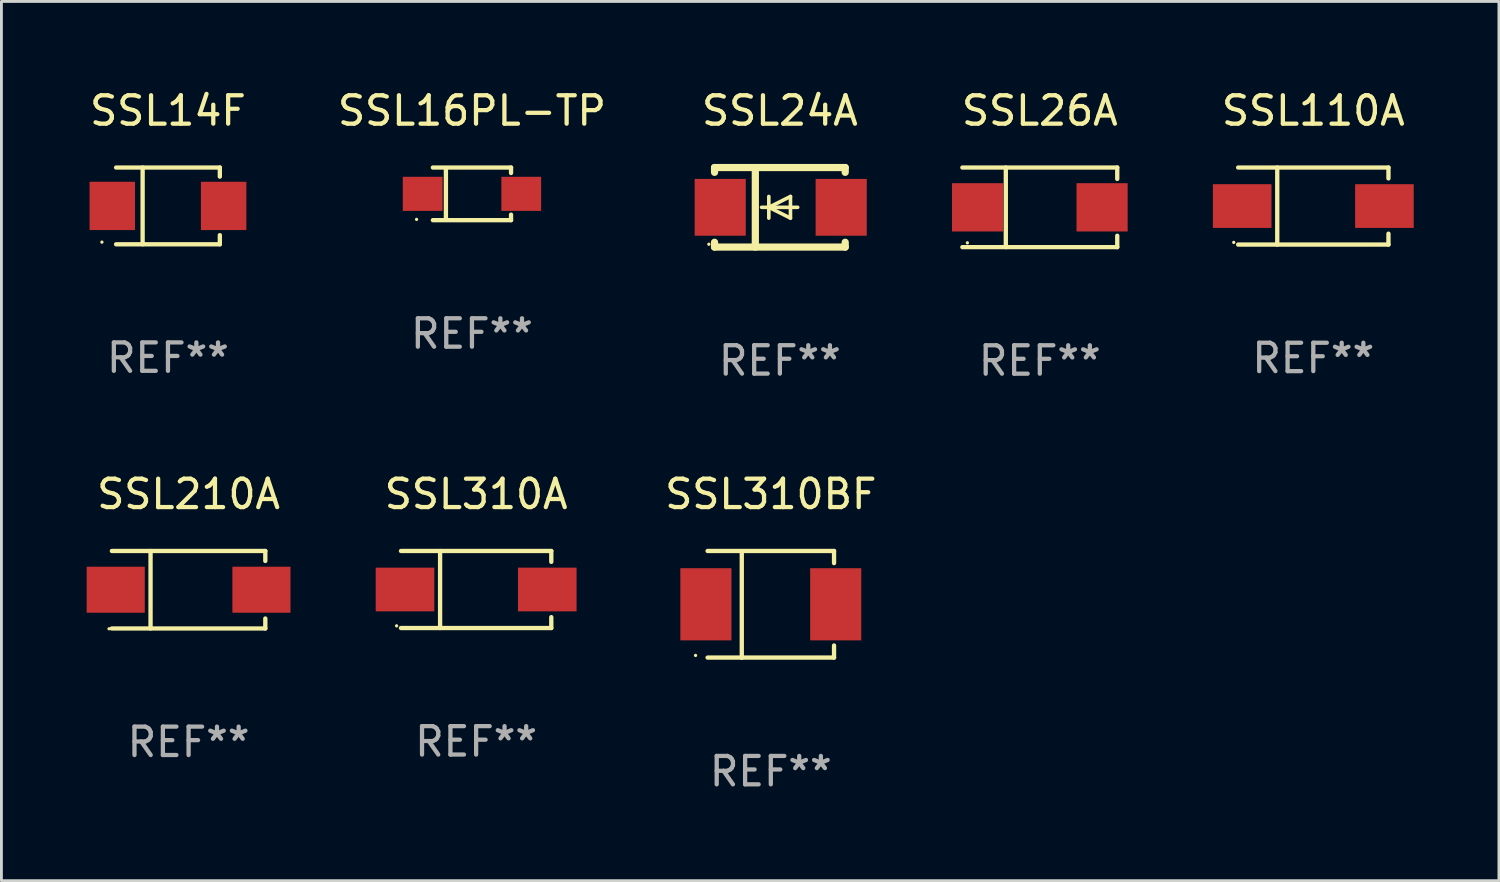
<source format=kicad_pcb>
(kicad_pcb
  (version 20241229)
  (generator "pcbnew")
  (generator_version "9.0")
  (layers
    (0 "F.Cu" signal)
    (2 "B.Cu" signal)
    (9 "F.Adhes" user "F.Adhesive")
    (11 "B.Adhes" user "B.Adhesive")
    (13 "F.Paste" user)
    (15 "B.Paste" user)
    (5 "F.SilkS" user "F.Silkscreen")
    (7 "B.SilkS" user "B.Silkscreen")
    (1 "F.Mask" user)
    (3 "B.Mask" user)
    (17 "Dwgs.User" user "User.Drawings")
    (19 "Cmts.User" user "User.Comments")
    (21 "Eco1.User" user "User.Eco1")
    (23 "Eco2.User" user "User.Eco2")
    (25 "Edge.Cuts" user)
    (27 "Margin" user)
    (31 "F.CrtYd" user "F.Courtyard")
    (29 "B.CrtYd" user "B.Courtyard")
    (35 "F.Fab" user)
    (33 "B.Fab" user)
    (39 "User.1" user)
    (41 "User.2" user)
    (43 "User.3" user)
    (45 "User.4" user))
  (footprint "SSL110A"
    (layer "F.Cu")
    (at 43.184 4.204)
    (property "Reference" "SSL110A" (at 0 -3.356 0) (layer "F.SilkS") (effects (font (size 1 1) (thickness 0.15))))
    (attr through_hole)
    (fp_line (start -2.646 -1.356) (end 2.646 -1.356) (stroke (width 0.152) (type solid)) (layer "F.SilkS"))
    (fp_line (start -2.646 1.356) (end 2.646 1.356) (stroke (width 0.152) (type solid)) (layer "F.SilkS"))
    (fp_line (start -1.269 -1.356) (end -1.269 1.356) (stroke (width 0.152) (type solid)) (layer "F.SilkS"))
    (fp_line (start 2.646 -1.356) (end 2.646 -0.973) (stroke (width 0.152) (type solid)) (layer "F.SilkS"))
    (fp_line (start 2.646 1.356) (end 2.646 0.973) (stroke (width 0.152) (type solid)) (layer "F.SilkS"))
    (fp_circle (center -2.8 1.28) (end -2.77 1.28) (stroke (width 0.06) (type solid)) (fill no) (layer "F.SilkS"))
    (fp_text user "REF**" (at 0 5.356 0) (layer "F.Fab") (effects (font (size 1 1) (thickness 0.15))))
    (pad "1" smd rect (at 2.504 0) (size 2.063 1.539) (layers "F.Cu" "F.Mask" "F.Paste"))
    (pad "2" smd rect (at -2.504 0) (size 2.063 1.539) (layers "F.Cu" "F.Mask" "F.Paste")))
  (footprint "SSL26A"
    (layer "F.Cu")
    (at 33.556 4.249)
    (property "Reference" "SSL26A" (at 0 -3.401 0) (layer "F.SilkS") (effects (font (size 1 1) (thickness 0.15))))
    (attr through_hole)
    (fp_line (start -2.726 -1.401) (end 2.726 -1.401) (stroke (width 0.152) (type solid)) (layer "F.SilkS"))
    (fp_line (start -2.726 1.401) (end 2.726 1.401) (stroke (width 0.152) (type solid)) (layer "F.SilkS"))
    (fp_line (start -1.197 -1.401) (end -1.197 1.401) (stroke (width 0.152) (type solid)) (layer "F.SilkS"))
    (fp_line (start 2.726 -1.401) (end 2.726 -1) (stroke (width 0.152) (type solid)) (layer "F.SilkS"))
    (fp_line (start 2.726 1.401) (end 2.726 1) (stroke (width 0.152) (type solid)) (layer "F.SilkS"))
    (fp_circle (center -2.55 1.25) (end -2.52 1.25) (stroke (width 0.06) (type solid)) (fill no) (layer "F.SilkS"))
    (fp_text user "REF**" (at 0 5.401 0) (layer "F.Fab") (effects (font (size 1 1) (thickness 0.15))))
    (pad "1" smd rect (at -2.192 0) (size 1.8 1.7) (layers "F.Cu" "F.Mask" "F.Paste"))
    (pad "2" smd rect (at 2.192 0) (size 1.8 1.7) (layers "F.Cu" "F.Mask" "F.Paste")))
  (footprint "SSL16PL-TP"
    (layer "F.Cu")
    (at 13.565 3.774)
    (property "Reference" "SSL16PL-TP" (at 0 -2.926 0) (layer "F.SilkS") (effects (font (size 1 1) (thickness 0.15))))
    (attr through_hole)
    (fp_line (start -1.376 -0.926) (end 1.376 -0.926) (stroke (width 0.152) (type solid)) (layer "F.SilkS"))
    (fp_line (start -1.376 0.926) (end 1.376 0.926) (stroke (width 0.152) (type solid)) (layer "F.SilkS"))
    (fp_line (start -0.917 -0.876) (end -0.917 0.876) (stroke (width 0.152) (type solid)) (layer "F.SilkS"))
    (fp_line (start 1.376 -0.926) (end 1.376 -0.733) (stroke (width 0.152) (type solid)) (layer "F.SilkS"))
    (fp_line (start 1.376 0.926) (end 1.376 0.733) (stroke (width 0.152) (type solid)) (layer "F.SilkS"))
    (fp_circle (center -1.95 0.9) (end -1.92 0.9) (stroke (width 0.06) (type solid)) (fill no) (layer "F.SilkS"))
    (fp_text user "REF**" (at 0 4.926 0) (layer "F.Fab") (effects (font (size 1 1) (thickness 0.15))))
    (pad "1" smd rect (at -1.735 0) (size 1.4 1.2) (layers "F.Cu" "F.Mask" "F.Paste"))
    (pad "2" smd rect (at 1.735 0) (size 1.4 1.2) (layers "F.Cu" "F.Mask" "F.Paste")))
  (footprint "SSL310A"
    (layer "F.Cu")
    (at 13.712 17.703)
    (property "Reference" "SSL310A" (at 0 -3.356 0) (layer "F.SilkS") (effects (font (size 1 1) (thickness 0.15))))
    (attr through_hole)
    (fp_line (start -2.646 -1.356) (end 2.646 -1.356) (stroke (width 0.152) (type solid)) (layer "F.SilkS"))
    (fp_line (start -2.646 1.356) (end 2.646 1.356) (stroke (width 0.152) (type solid)) (layer "F.SilkS"))
    (fp_line (start -1.269 -1.356) (end -1.269 1.356) (stroke (width 0.152) (type solid)) (layer "F.SilkS"))
    (fp_line (start 2.646 -1.356) (end 2.646 -0.973) (stroke (width 0.152) (type solid)) (layer "F.SilkS"))
    (fp_line (start 2.646 1.356) (end 2.646 0.973) (stroke (width 0.152) (type solid)) (layer "F.SilkS"))
    (fp_circle (center -2.8 1.28) (end -2.77 1.28) (stroke (width 0.06) (type solid)) (fill no) (layer "F.SilkS"))
    (fp_text user "REF**" (at 0 5.356 0) (layer "F.Fab") (effects (font (size 1 1) (thickness 0.15))))
    (pad "1" smd rect (at 2.504 0) (size 2.063 1.539) (layers "F.Cu" "F.Mask" "F.Paste"))
    (pad "2" smd rect (at -2.504 0) (size 2.063 1.539) (layers "F.Cu" "F.Mask" "F.Paste")))
  (footprint "SSL14F"
    (layer "F.Cu")
    (at 2.863 4.199)
    (property "Reference" "SSL14F" (at 0 -3.351 0) (layer "F.SilkS") (effects (font (size 1 1) (thickness 0.15))))
    (attr through_hole)
    (fp_line (start -1.826 -1.351) (end 1.826 -1.351) (stroke (width 0.152) (type solid)) (layer "F.SilkS"))
    (fp_line (start -1.826 1.351) (end 1.826 1.351) (stroke (width 0.152) (type solid)) (layer "F.SilkS"))
    (fp_line (start -0.892 -1.351) (end -0.892 1.351) (stroke (width 0.152) (type solid)) (layer "F.SilkS"))
    (fp_line (start 1.826 -1.351) (end 1.826 -1.03) (stroke (width 0.152) (type solid)) (layer "F.SilkS"))
    (fp_line (start 1.826 1.03) (end 1.826 1.351) (stroke (width 0.152) (type solid)) (layer "F.SilkS"))
    (fp_circle (center -2.325 1.275) (end -2.295 1.275) (stroke (width 0.06) (type solid)) (fill no) (layer "F.SilkS"))
    (fp_text user "REF**" (at 0 5.351 0) (layer "F.Fab") (effects (font (size 1 1) (thickness 0.15))))
    (pad "1" smd rect (at -1.96 0 180) (size 1.6 1.7) (layers "F.Cu" "F.Mask" "F.Paste"))
    (pad "2" smd rect (at 1.96 0 180) (size 1.6 1.7) (layers "F.Cu" "F.Mask" "F.Paste")))
  (footprint "SSL310BF"
    (layer "F.Cu")
    (at 24.086 18.227)
    (property "Reference" "SSL310BF" (at 0 -3.88 0) (layer "F.SilkS") (effects (font (size 1 1) (thickness 0.15))))
    (attr through_hole)
    (fp_line (start -2.226 -1.88) (end 2.226 -1.88) (stroke (width 0.152) (type solid)) (layer "F.SilkS"))
    (fp_line (start -2.226 1.873) (end 2.226 1.873) (stroke (width 0.152) (type solid)) (layer "F.SilkS"))
    (fp_line (start -1.022 -1.873) (end -1.022 1.88) (stroke (width 0.152) (type solid)) (layer "F.SilkS"))
    (fp_line (start 2.226 -1.88) (end 2.226 -1.453) (stroke (width 0.152) (type solid)) (layer "F.SilkS"))
    (fp_line (start 2.226 1.447) (end 2.226 1.873) (stroke (width 0.152) (type solid)) (layer "F.SilkS"))
    (fp_circle (center -2.65 1.797) (end -2.62 1.797) (stroke (width 0.06) (type solid)) (fill no) (layer "F.SilkS"))
    (fp_text user "REF**" (at 0 5.88 0) (layer "F.Fab") (effects (font (size 1 1) (thickness 0.15))))
    (pad "1" smd rect (at -2.285 -0.003) (size 1.8 2.54) (layers "F.Cu" "F.Mask" "F.Paste"))
    (pad "2" smd rect (at 2.285 -0.003) (size 1.8 2.54) (layers "F.Cu" "F.Mask" "F.Paste")))
  (footprint "SSL24A"
    (layer "F.Cu")
    (at 24.405 4.248)
    (property "Reference" "SSL24A" (at 0 -3.4 0) (layer "F.SilkS") (effects (font (size 1 1) (thickness 0.15))))
    (attr through_hole)
    (fp_line (start -2.3 -1.4) (end -2.3 -1.231) (stroke (width 0.254) (type solid)) (layer "F.SilkS"))
    (fp_line (start -2.3 -1.4) (end 2.3 -1.4) (stroke (width 0.254) (type solid)) (layer "F.SilkS"))
    (fp_line (start -2.3 1.231) (end -2.3 1.4) (stroke (width 0.254) (type solid)) (layer "F.SilkS"))
    (fp_line (start -2.3 1.4) (end 2.3 1.4) (stroke (width 0.254) (type solid)) (layer "F.SilkS"))
    (fp_line (start -0.864 1.4) (end -0.864 -1.4) (stroke (width 0.254) (type solid)) (layer "F.SilkS"))
    (fp_line (start -0.389 0) (end -0.389 -0.381) (stroke (width 0.127) (type solid)) (layer "F.SilkS"))
    (fp_line (start -0.389 0) (end -0.389 0.381) (stroke (width 0.127) (type solid)) (layer "F.SilkS"))
    (fp_line (start 0.373 -0.381) (end -0.389 0) (stroke (width 0.127) (type solid)) (layer "F.SilkS"))
    (fp_line (start 0.373 0) (end 0.373 -0.381) (stroke (width 0.127) (type solid)) (layer "F.SilkS"))
    (fp_line (start 0.373 0) (end 0.373 0.381) (stroke (width 0.127) (type solid)) (layer "F.SilkS"))
    (fp_line (start 0.373 0.381) (end -0.389 0) (stroke (width 0.127) (type solid)) (layer "F.SilkS"))
    (fp_line (start 0.627 0) (end -0.643 0) (stroke (width 0.127) (type solid)) (layer "F.SilkS"))
    (fp_line (start 2.3 -1.4) (end 2.3 -1.231) (stroke (width 0.254) (type solid)) (layer "F.SilkS"))
    (fp_line (start 2.3 1.231) (end 2.3 1.4) (stroke (width 0.254) (type solid)) (layer "F.SilkS"))
    (fp_circle (center -2.5 1.3) (end -2.47 1.3) (stroke (width 0.06) (type solid)) (fill no) (layer "F.SilkS"))
    (fp_text user "REF**" (at 0 5.4 0) (layer "F.Fab") (effects (font (size 1 1) (thickness 0.15))))
    (pad "1" smd rect (at -2.1 0 180) (size 1.8 2) (layers "F.Cu" "F.Mask" "F.Paste"))
    (pad "2" smd rect (at 2.159 0 180) (size 1.8 2) (layers "F.Cu" "F.Mask" "F.Paste")))
  (footprint "SSL210A"
    (layer "F.Cu")
    (at 3.589 17.711)
    (property "Reference" "SSL210A" (at 0 -3.364 0) (layer "F.SilkS") (effects (font (size 1 1) (thickness 0.15))))
    (attr through_hole)
    (fp_line (start -2.701 -1.364) (end 2.701 -1.364) (stroke (width 0.152) (type solid)) (layer "F.SilkS"))
    (fp_line (start -2.701 1.364) (end 2.701 1.364) (stroke (width 0.152) (type solid)) (layer "F.SilkS"))
    (fp_line (start -1.339 -1.364) (end -1.339 1.364) (stroke (width 0.152) (type solid)) (layer "F.SilkS"))
    (fp_line (start 2.701 -1.364) (end 2.701 -1.013) (stroke (width 0.152) (type solid)) (layer "F.SilkS"))
    (fp_line (start 2.701 1.364) (end 2.701 1.013) (stroke (width 0.152) (type solid)) (layer "F.SilkS"))
    (fp_circle (center -2.8 1.375) (end -2.77 1.375) (stroke (width 0.06) (type solid)) (fill no) (layer "F.SilkS"))
    (fp_text user "REF**" (at 0 5.364 0) (layer "F.Fab") (effects (font (size 1 1) (thickness 0.15))))
    (pad "1" smd rect (at -2.565 -0.000025) (size 2.046 1.62) (layers "F.Cu" "F.Mask" "F.Paste"))
    (pad "2" smd rect (at 2.565 -0.000025) (size 2.046 1.62) (layers "F.Cu" "F.Mask" "F.Paste")))
  (gr_rect
    (start -3 -3)
    (end 49.719 27.955)
    (stroke (width 0.1) (type default))
    (fill no)
    (layer "Edge.Cuts")))
</source>
